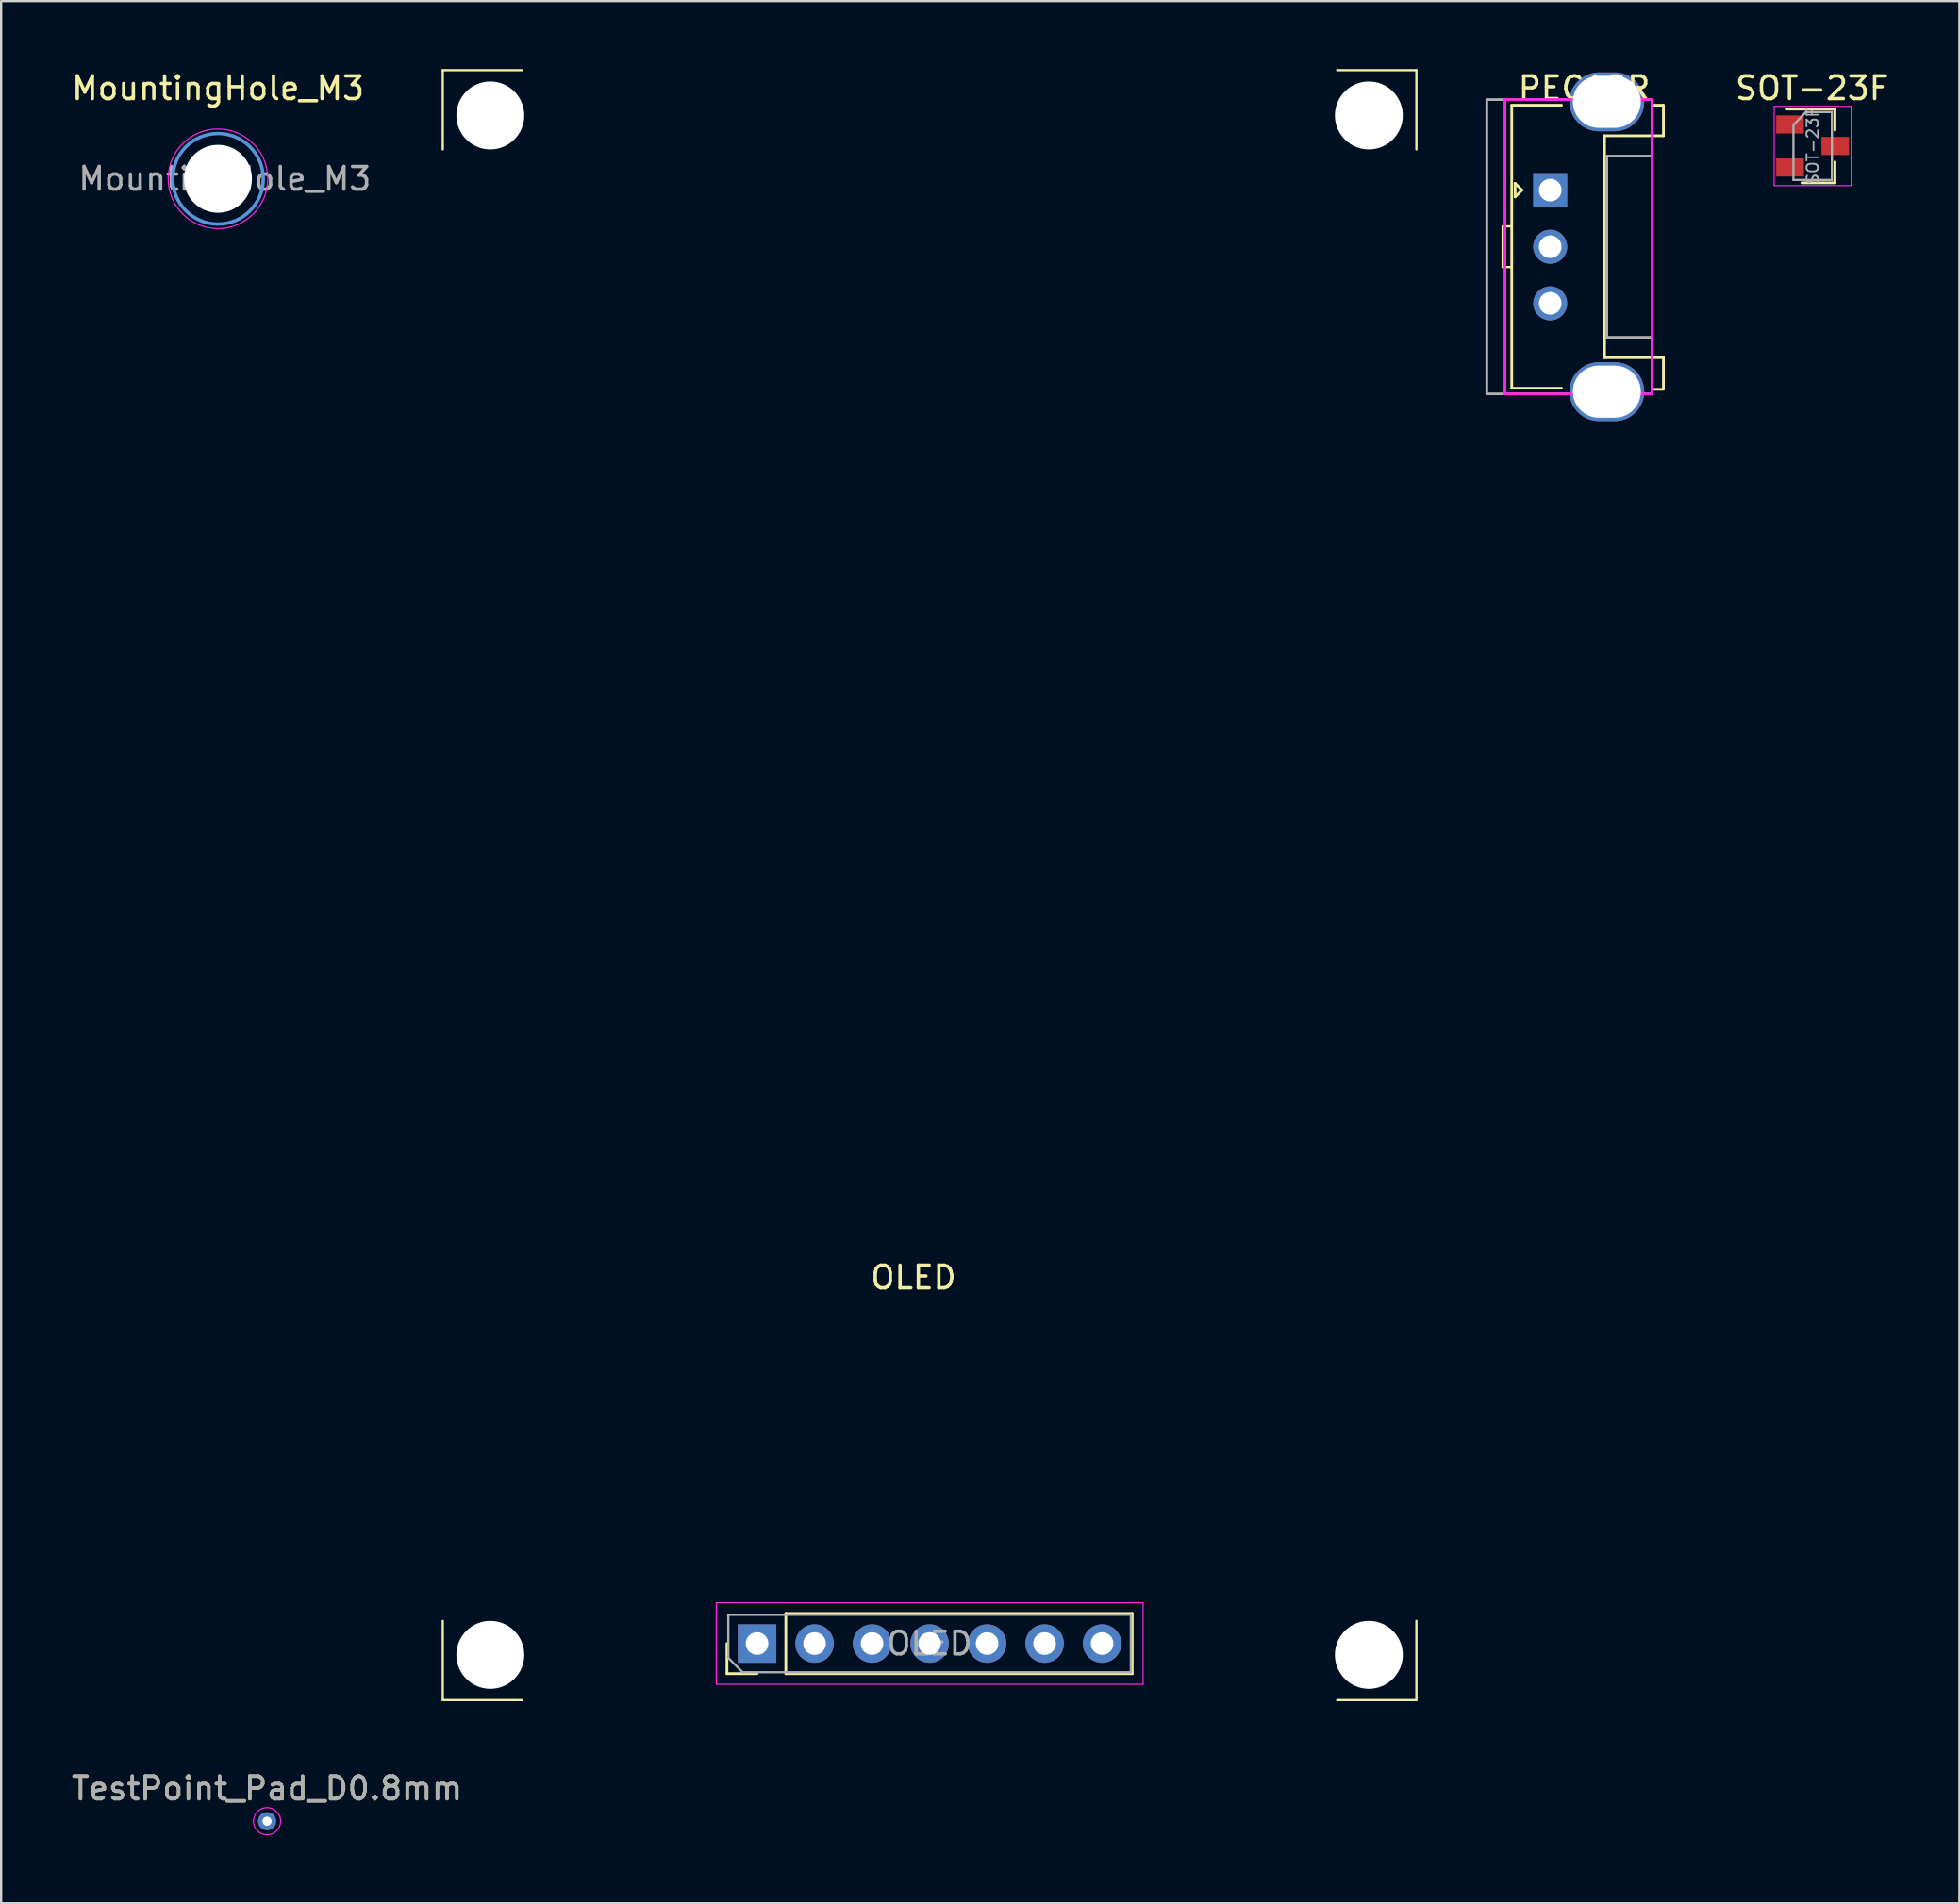
<source format=kicad_pcb>
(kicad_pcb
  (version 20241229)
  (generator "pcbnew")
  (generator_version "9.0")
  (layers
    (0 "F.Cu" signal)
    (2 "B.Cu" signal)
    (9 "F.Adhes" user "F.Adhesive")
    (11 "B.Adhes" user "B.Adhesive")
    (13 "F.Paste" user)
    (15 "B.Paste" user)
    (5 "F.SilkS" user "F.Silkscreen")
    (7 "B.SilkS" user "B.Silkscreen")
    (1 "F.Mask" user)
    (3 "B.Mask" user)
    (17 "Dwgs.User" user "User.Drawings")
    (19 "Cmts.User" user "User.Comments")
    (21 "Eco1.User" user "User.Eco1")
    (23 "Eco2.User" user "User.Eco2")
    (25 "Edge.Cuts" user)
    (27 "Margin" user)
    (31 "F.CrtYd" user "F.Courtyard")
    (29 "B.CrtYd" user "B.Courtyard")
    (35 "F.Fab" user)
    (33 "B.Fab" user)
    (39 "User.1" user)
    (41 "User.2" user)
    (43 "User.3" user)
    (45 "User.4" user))
  (footprint "PEC12R"
    (layer "F.Cu")
    (at 65.415 7.848)
    (property "Reference" "PEC12R" (at 1.5 -7 0) (layer "F.SilkS") (effects (font (size 1 1) (thickness 0.15))))
    (attr through_hole)
    (fp_line (start -2.1 -0.9) (end -1.7 -0.9) (stroke (width 0.1) (type solid)) (layer "F.SilkS"))
    (fp_line (start -2.1 0.9) (end -2.1 -0.9) (stroke (width 0.1) (type solid)) (layer "F.SilkS"))
    (fp_line (start -1.7 -6.25) (end -1.7 6.25) (stroke (width 0.12) (type solid)) (layer "F.SilkS"))
    (fp_line (start -1.7 0.9) (end -2.1 0.9) (stroke (width 0.1) (type solid)) (layer "F.SilkS"))
    (fp_line (start -1.55 -2.8) (end -1.25 -2.5) (stroke (width 0.12) (type solid)) (layer "F.SilkS"))
    (fp_line (start -1.55 -2.2) (end -1.55 -2.8) (stroke (width 0.12) (type solid)) (layer "F.SilkS"))
    (fp_line (start -1.25 -2.5) (end -1.55 -2.2) (stroke (width 0.12) (type solid)) (layer "F.SilkS"))
    (fp_line (start 0.5 -6.25) (end -1.7 -6.25) (stroke (width 0.12) (type solid)) (layer "F.SilkS"))
    (fp_line (start 0.5 6.25) (end -1.7 6.25) (stroke (width 0.12) (type solid)) (layer "F.SilkS"))
    (fp_line (start 2.4 -4.9) (end 2.4 0) (stroke (width 0.12) (type solid)) (layer "F.SilkS"))
    (fp_line (start 2.4 4.9) (end 2.4 0) (stroke (width 0.12) (type solid)) (layer "F.SilkS"))
    (fp_line (start 5 -6.25) (end 4.5 -6.25) (stroke (width 0.12) (type solid)) (layer "F.SilkS"))
    (fp_line (start 5 -6.25) (end 5 -4.9) (stroke (width 0.12) (type solid)) (layer "F.SilkS"))
    (fp_line (start 5 -4.9) (end 2.4 -4.9) (stroke (width 0.12) (type solid)) (layer "F.SilkS"))
    (fp_line (start 5 4.9) (end 2.4 4.9) (stroke (width 0.12) (type solid)) (layer "F.SilkS"))
    (fp_line (start 5 6.25) (end 5 4.9) (stroke (width 0.12) (type solid)) (layer "F.SilkS"))
    (fp_line (start 5 6.3) (end 4.5 6.3) (stroke (width 0.12) (type solid)) (layer "F.SilkS"))
    (fp_line (start -2 -6.5) (end 4.5 -6.5) (stroke (width 0.12) (type solid)) (layer "F.CrtYd"))
    (fp_line (start -2 6.5) (end -2 -6.5) (stroke (width 0.12) (type solid)) (layer "F.CrtYd"))
    (fp_line (start 4.5 -6.5) (end 4.5 6.5) (stroke (width 0.12) (type solid)) (layer "F.CrtYd"))
    (fp_line (start 4.5 6.5) (end -2 6.5) (stroke (width 0.12) (type solid)) (layer "F.CrtYd"))
    (fp_line (start -2.8 -6.5) (end 4.5 -6.5) (stroke (width 0.12) (type solid)) (layer "F.Fab"))
    (fp_line (start -2.8 6.5) (end -2.8 -6.5) (stroke (width 0.12) (type solid)) (layer "F.Fab"))
    (fp_line (start 2.5 -4) (end 4.5 -4) (stroke (width 0.12) (type solid)) (layer "F.Fab"))
    (fp_line (start 2.5 4) (end 2.5 -4) (stroke (width 0.12) (type solid)) (layer "F.Fab"))
    (fp_line (start 4.5 -6.5) (end 4.5 -4) (stroke (width 0.12) (type solid)) (layer "F.Fab"))
    (fp_line (start 4.5 4) (end 2.5 4) (stroke (width 0.12) (type solid)) (layer "F.Fab"))
    (fp_line (start 4.5 4) (end 4.5 6.5) (stroke (width 0.12) (type solid)) (layer "F.Fab"))
    (fp_line (start 4.5 6.5) (end -2.8 6.5) (stroke (width 0.12) (type solid)) (layer "F.Fab"))
    (pad "A" thru_hole rect (at 0 -2.5) (size 1.5 1.5) (drill 1) (layers "*.Cu" "*.Mask"))
    (pad "B" thru_hole circle (at 0 2.5) (size 1.5 1.5) (drill 1) (layers "*.Cu" "*.Mask"))
    (pad "C" thru_hole circle (at 0 0) (size 1.5 1.5) (drill 1) (layers "*.Cu" "*.Mask"))
    (pad "MP" thru_hole oval (at 2.5 -6.4 270) (size 2.6 3.3) (drill oval 2.3 3) (layers "*.Cu" "*.Mask"))
    (pad "MP" thru_hole oval (at 2.5 6.4 270) (size 2.6 3.3) (drill oval 2.3 3) (layers "*.Cu" "*.Mask")))
  (footprint "MountingHole_M3"
    (layer "F.Cu")
    (at 6.577 4.848)
    (property "Reference" "MountingHole_M3" (at 0 -4 0) (layer "F.SilkS") (effects (font (size 1 1) (thickness 0.15))))
    (attr exclude_from_pos_files exclude_from_bom)
    (fp_circle (center 0 0) (end 2 0) (stroke (width 0.15) (type solid)) (fill no) (layer "Cmts.User"))
    (fp_circle (center 0 0) (end 2.2 0) (stroke (width 0.05) (type solid)) (fill no) (layer "F.CrtYd"))
    (fp_text user "${REFERENCE}" (at 0.3 0 0) (layer "F.Fab") (effects (font (size 1 1) (thickness 0.15))))
    (pad "" np_thru_hole circle (at 0 0) (size 3 3) (drill 3) (layers "*.Cu" "*.Mask")))
  (footprint "OLED"
    (layer "F.Cu")
    (at 38.005 69.55)
    (property "Reference" "OLED" (at -0.71 -16.17 0) (layer "F.SilkS") (effects (font (size 1 1) (thickness 0.15))))
    (attr through_hole)
    (fp_line (start -21.5 -66) (end -21.5 -69.5) (stroke (width 0.1) (type solid)) (layer "F.SilkS"))
    (fp_line (start -21.5 -1) (end -21.5 2.5) (stroke (width 0.1) (type solid)) (layer "F.SilkS"))
    (fp_line (start -18 -69.5) (end -21.5 -69.5) (stroke (width 0.1) (type solid)) (layer "F.SilkS"))
    (fp_line (start -18 2.5) (end -21.5 2.5) (stroke (width 0.1) (type solid)) (layer "F.SilkS"))
    (fp_line (start -8.95 1.33) (end -8.95 0) (stroke (width 0.12) (type solid)) (layer "F.SilkS"))
    (fp_line (start -7.62 1.33) (end -8.95 1.33) (stroke (width 0.12) (type solid)) (layer "F.SilkS"))
    (fp_line (start -6.35 -1.33) (end 8.95 -1.33) (stroke (width 0.12) (type solid)) (layer "F.SilkS"))
    (fp_line (start -6.35 1.33) (end -6.35 -1.33) (stroke (width 0.12) (type solid)) (layer "F.SilkS"))
    (fp_line (start -6.35 1.33) (end 8.95 1.33) (stroke (width 0.12) (type solid)) (layer "F.SilkS"))
    (fp_line (start 8.95 1.33) (end 8.95 -1.33) (stroke (width 0.12) (type solid)) (layer "F.SilkS"))
    (fp_line (start 18 -69.5) (end 21.5 -69.5) (stroke (width 0.1) (type solid)) (layer "F.SilkS"))
    (fp_line (start 18 2.5) (end 21.5 2.5) (stroke (width 0.1) (type solid)) (layer "F.SilkS"))
    (fp_line (start 21.5 -66) (end 21.5 -69.5) (stroke (width 0.1) (type solid)) (layer "F.SilkS"))
    (fp_line (start 21.5 -1) (end 21.5 2.5) (stroke (width 0.1) (type solid)) (layer "F.SilkS"))
    (fp_line (start -9.42 -1.8) (end -9.42 1.8) (stroke (width 0.05) (type solid)) (layer "F.CrtYd"))
    (fp_line (start -9.42 1.8) (end 9.43 1.8) (stroke (width 0.05) (type solid)) (layer "F.CrtYd"))
    (fp_line (start 9.43 -1.8) (end -9.42 -1.8) (stroke (width 0.05) (type solid)) (layer "F.CrtYd"))
    (fp_line (start 9.43 1.8) (end 9.43 -1.8) (stroke (width 0.05) (type solid)) (layer "F.CrtYd"))
    (fp_line (start -8.89 -1.27) (end 8.89 -1.27) (stroke (width 0.1) (type solid)) (layer "F.Fab"))
    (fp_line (start -8.89 0.635) (end -8.89 -1.27) (stroke (width 0.1) (type solid)) (layer "F.Fab"))
    (fp_line (start -8.255 1.27) (end -8.89 0.635) (stroke (width 0.1) (type solid)) (layer "F.Fab"))
    (fp_line (start 8.89 -1.27) (end 8.89 1.27) (stroke (width 0.1) (type solid)) (layer "F.Fab"))
    (fp_line (start 8.89 1.27) (end -8.255 1.27) (stroke (width 0.1) (type solid)) (layer "F.Fab"))
    (fp_text user "${REFERENCE}" (at 0 0 180) (layer "F.Fab") (effects (font (size 1 1) (thickness 0.15))))
    (pad "" np_thru_hole circle (at -19.4 -67.5) (size 3 3) (drill 3) (layers "*.Cu" "*.Mask"))
    (pad "" np_thru_hole circle (at -19.4 0.5) (size 3 3) (drill 3) (layers "*.Cu" "*.Mask"))
    (pad "" np_thru_hole circle (at 19.4 -67.5) (size 3 3) (drill 3) (layers "*.Cu" "*.Mask"))
    (pad "" np_thru_hole circle (at 19.4 0.5) (size 3 3) (drill 3) (layers "*.Cu" "*.Mask"))
    (pad "1" thru_hole rect (at -7.62 0 90) (size 1.7 1.7) (drill 1) (layers "*.Cu" "*.Mask"))
    (pad "2" thru_hole oval (at -5.08 0 90) (size 1.7 1.7) (drill 1) (layers "*.Cu" "*.Mask"))
    (pad "3" thru_hole oval (at -2.54 0 90) (size 1.7 1.7) (drill 1) (layers "*.Cu" "*.Mask"))
    (pad "4" thru_hole oval (at 0 0 90) (size 1.7 1.7) (drill 1) (layers "*.Cu" "*.Mask"))
    (pad "5" thru_hole oval (at 2.54 0 90) (size 1.7 1.7) (drill 1) (layers "*.Cu" "*.Mask"))
    (pad "6" thru_hole oval (at 5.08 0 90) (size 1.7 1.7) (drill 1) (layers "*.Cu" "*.Mask"))
    (pad "7" thru_hole oval (at 7.62 0 90) (size 1.7 1.7) (drill 1) (layers "*.Cu" "*.Mask")))
  (footprint "SOT-23F"
    (layer "F.Cu")
    (at 77.006 3.398)
    (property "Reference" "SOT-23F" (at -0.025 -2.55 0) (layer "F.SilkS") (effects (font (size 1 1) (thickness 0.15))))
    (attr smd)
    (fp_line (start 0.985 -1.63) (end -1.175 -1.63) (stroke (width 0.12) (type solid)) (layer "F.SilkS"))
    (fp_line (start 0.985 -1.63) (end 0.985 -0.7) (stroke (width 0.12) (type solid)) (layer "F.SilkS"))
    (fp_line (start 0.985 1.63) (end -0.475 1.63) (stroke (width 0.12) (type solid)) (layer "F.SilkS"))
    (fp_line (start 0.985 1.63) (end 0.985 0.7) (stroke (width 0.12) (type solid)) (layer "F.SilkS"))
    (fp_line (start -1.7 -1.75) (end 1.7 -1.75) (stroke (width 0.05) (type solid)) (layer "F.CrtYd"))
    (fp_line (start -1.7 1.75) (end -1.7 -1.75) (stroke (width 0.05) (type solid)) (layer "F.CrtYd"))
    (fp_line (start 1.7 -1.75) (end 1.7 1.75) (stroke (width 0.05) (type solid)) (layer "F.CrtYd"))
    (fp_line (start 1.7 1.75) (end -1.7 1.75) (stroke (width 0.05) (type solid)) (layer "F.CrtYd"))
    (fp_line (start -0.85 -0.93) (end -0.85 1.5) (stroke (width 0.1) (type solid)) (layer "F.Fab"))
    (fp_line (start -0.85 -0.93) (end -0.3 -1.5) (stroke (width 0.1) (type solid)) (layer "F.Fab"))
    (fp_line (start -0.85 1.5) (end 0.85 1.5) (stroke (width 0.1) (type solid)) (layer "F.Fab"))
    (fp_line (start -0.3 -1.5) (end 0.85 -1.5) (stroke (width 0.1) (type solid)) (layer "F.Fab"))
    (fp_line (start 0.85 -1.5) (end 0.85 1.5) (stroke (width 0.1) (type solid)) (layer "F.Fab"))
    (fp_text user "${REFERENCE}" (at 0 0 90) (layer "F.Fab") (effects (font (size 0.5 0.5) (thickness 0.075))))
    (pad "1" smd rect (at -1 -0.95) (size 1.22 0.8) (layers "F.Cu" "F.Mask" "F.Paste"))
    (pad "2" smd rect (at -1 0.95) (size 1.22 0.8) (layers "F.Cu" "F.Mask" "F.Paste"))
    (pad "3" smd rect (at 1 0) (size 1.22 0.8) (layers "F.Cu" "F.Mask" "F.Paste")))
  (footprint "TestPoint_Pad_D0.8mm"
    (layer "F.Cu")
    (at 8.744 77.398)
    (property "Reference" "TestPoint_Pad_D0.8mm" (at 0 -1.448 0) (layer "F.SilkS") (effects (font (size 1 1) (thickness 0.15))))
    (attr exclude_from_pos_files exclude_from_bom)
    (fp_circle (center 0 0) (end 0.6 0) (stroke (width 0.05) (type solid)) (fill no) (layer "F.CrtYd"))
    (fp_text user "${REFERENCE}" (at 0 -1.45 0) (layer "F.Fab") (effects (font (size 1 1) (thickness 0.15))))
    (pad "1" thru_hole circle (at 0 0) (size 0.8 0.8) (drill 0.4) (layers "*.Cu" "*.Mask")))
  (gr_rect
    (start -3 -3)
    (end 83.487 81.023)
    (stroke (width 0.1) (type default))
    (fill no)
    (layer "Edge.Cuts")))
</source>
